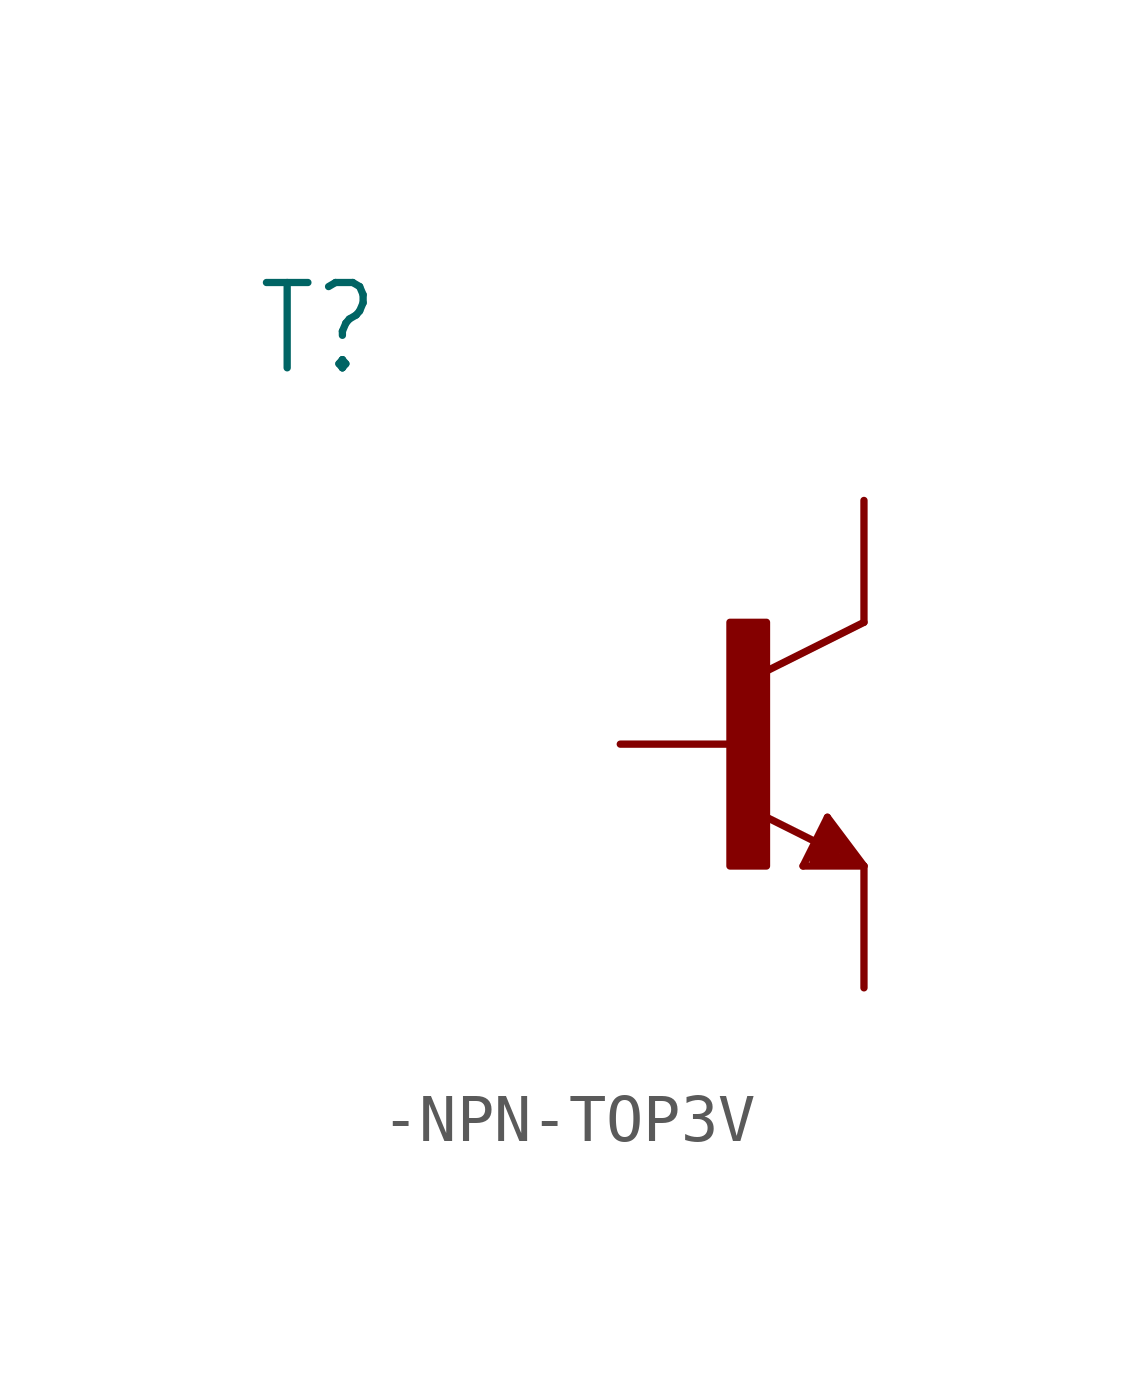
<source format=kicad_sym>
(kicad_symbol_lib
  (version 20241209)
  (generator "kicad_symbol_editor")
  (generator_version "9.0")
  (symbol "-NPN-TOP3V"
    (property "Reference" "T"
      (at -10.16 7.62 0)
      (effects (font (size 1.778 1.511)) (justify left bottom)))
    (property "Value" ""
      (at -10.16 5.08 0)
      (effects (font (size 1.778 1.511)) (justify left bottom)))
    (property "ki_locked" ""
      (at 0 0 0)
      (effects (font (size 1.27 1.27))))
    (symbol "-NPN-TOP3V_1_0"
      (rectangle (start -0.254 -2.54) (end 0.508 2.54) (stroke (width 0) (type default)) (fill (type outline)))
      (polyline (pts (xy 1.27 -2.54) (xy 1.778 -1.524)) (stroke (width 0.152) (type solid)) (fill (type none)))
      (polyline (pts (xy 1.524 -2.286) (xy 1.905 -2.286)) (stroke (width 0.254) (type solid)) (fill (type none)))
      (polyline (pts (xy 1.524 -2.413) (xy 2.286 -2.413)) (stroke (width 0.254) (type solid)) (fill (type none)))
      (polyline (pts (xy 1.54 -2.04) (xy 0.308 -1.424)) (stroke (width 0.152) (type solid)) (fill (type none)))
      (polyline (pts (xy 1.778 -1.524) (xy 2.54 -2.54)) (stroke (width 0.152) (type solid)) (fill (type none)))
      (polyline (pts (xy 1.778 -1.778) (xy 1.524 -2.286)) (stroke (width 0.254) (type solid)) (fill (type none)))
      (polyline (pts (xy 1.905 -2.286) (xy 1.778 -2.032)) (stroke (width 0.254) (type solid)) (fill (type none)))
      (polyline (pts (xy 2.286 -2.413) (xy 1.778 -1.778)) (stroke (width 0.254) (type solid)) (fill (type none)))
      (polyline (pts (xy 2.54 2.54) (xy 0.508 1.524)) (stroke (width 0.152) (type solid)) (fill (type none)))
      (polyline (pts (xy 2.54 -2.54) (xy 1.27 -2.54)) (stroke (width 0.152) (type solid)) (fill (type none)))
      (pin passive line (at -2.54 0 0) (length 2.54) (name "B" (effects (font (size 0 0)))) (number "B" (effects (font (size 0 0)))))
      (pin passive line (at 2.54 5.08 270) (length 2.54) (name "C" (effects (font (size 0 0)))) (number "C" (effects (font (size 0 0)))))
      (pin passive line (at 2.54 -5.08 90) (length 2.54) (name "E" (effects (font (size 0 0)))) (number "E" (effects (font (size 0 0))))))))
</source>
